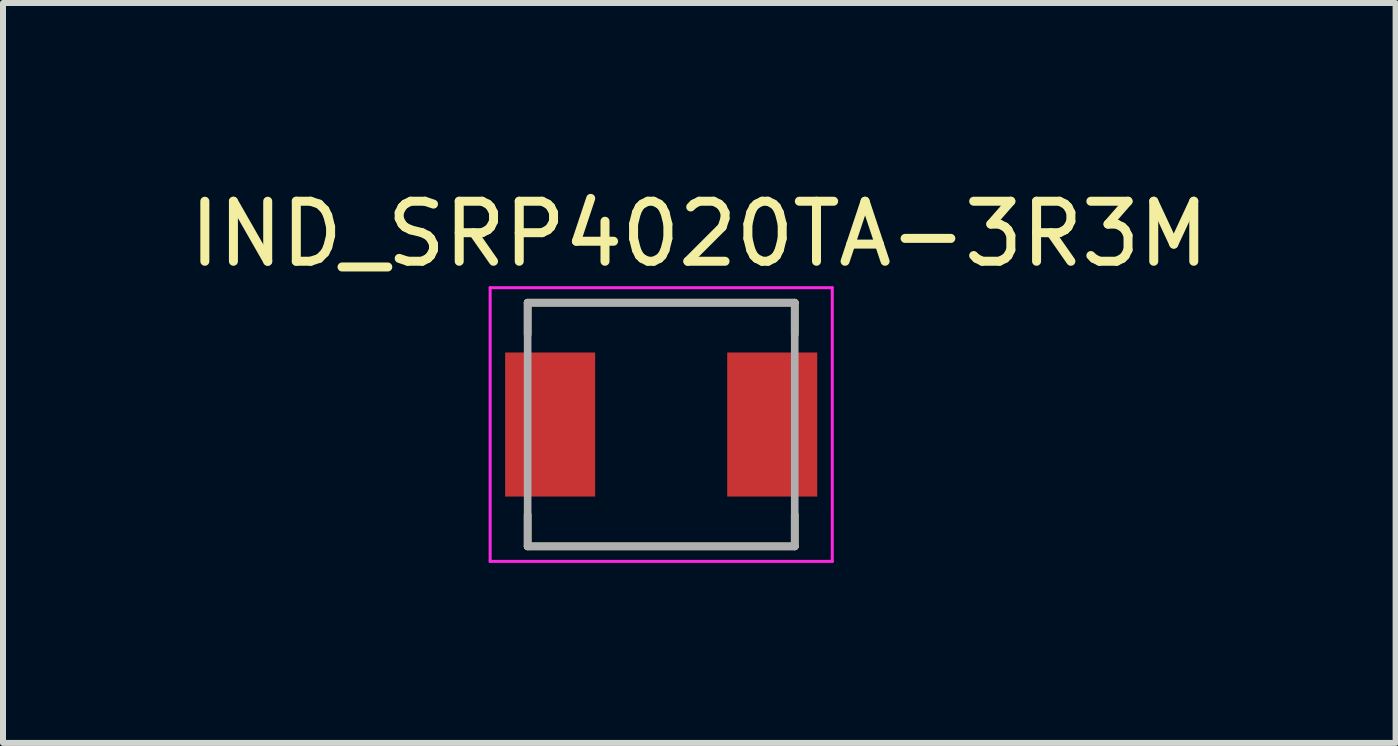
<source format=kicad_pcb>
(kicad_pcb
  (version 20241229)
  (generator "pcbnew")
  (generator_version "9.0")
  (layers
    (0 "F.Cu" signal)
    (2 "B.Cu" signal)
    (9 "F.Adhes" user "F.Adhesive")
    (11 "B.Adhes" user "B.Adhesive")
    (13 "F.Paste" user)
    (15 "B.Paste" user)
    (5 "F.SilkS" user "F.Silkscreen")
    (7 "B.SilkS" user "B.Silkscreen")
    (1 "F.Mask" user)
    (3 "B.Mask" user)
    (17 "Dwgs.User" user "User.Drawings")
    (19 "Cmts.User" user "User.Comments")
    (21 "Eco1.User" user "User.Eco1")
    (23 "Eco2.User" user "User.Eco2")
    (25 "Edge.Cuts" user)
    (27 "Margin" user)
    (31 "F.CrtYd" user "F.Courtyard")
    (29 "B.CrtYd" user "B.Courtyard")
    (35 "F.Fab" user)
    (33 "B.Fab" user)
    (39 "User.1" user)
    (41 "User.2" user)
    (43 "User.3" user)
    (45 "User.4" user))
  (footprint "IND_SRP4020TA-3R3M"
    (layer "F.Cu")
    (at 7.966 4.023)
    (property "Reference" "IND_SRP4020TA-3R3M" (at 0.635 -3.175 0) (layer "F.SilkS") (effects (font (size 1 1) (thickness 0.15))))
    (attr smd)
    (fp_line (start -2.225 -2.03) (end 2.225 -2.03) (stroke (width 0.127) (type solid)) (layer "F.SilkS"))
    (fp_line (start -2.225 -1.5) (end -2.225 -2.03) (stroke (width 0.127) (type solid)) (layer "F.SilkS"))
    (fp_line (start -2.225 2.03) (end -2.225 1.5) (stroke (width 0.127) (type solid)) (layer "F.SilkS"))
    (fp_line (start -2.225 2.03) (end 2.225 2.03) (stroke (width 0.127) (type solid)) (layer "F.SilkS"))
    (fp_line (start 2.225 -2.03) (end 2.225 -1.5) (stroke (width 0.127) (type solid)) (layer "F.SilkS"))
    (fp_line (start 2.225 2.03) (end 2.225 1.5) (stroke (width 0.127) (type solid)) (layer "F.SilkS"))
    (fp_line (start -2.85 -2.28) (end 2.85 -2.28) (stroke (width 0.05) (type solid)) (layer "F.CrtYd"))
    (fp_line (start -2.85 2.28) (end -2.85 -2.28) (stroke (width 0.05) (type solid)) (layer "F.CrtYd"))
    (fp_line (start 2.85 -2.28) (end 2.85 2.28) (stroke (width 0.05) (type solid)) (layer "F.CrtYd"))
    (fp_line (start 2.85 2.28) (end -2.85 2.28) (stroke (width 0.05) (type solid)) (layer "F.CrtYd"))
    (fp_line (start -2.225 -2.03) (end 2.225 -2.03) (stroke (width 0.127) (type solid)) (layer "F.Fab"))
    (fp_line (start -2.225 2.03) (end -2.225 -2.03) (stroke (width 0.127) (type solid)) (layer "F.Fab"))
    (fp_line (start 2.225 -2.03) (end 2.225 2.03) (stroke (width 0.127) (type solid)) (layer "F.Fab"))
    (fp_line (start 2.225 2.03) (end -2.225 2.03) (stroke (width 0.127) (type solid)) (layer "F.Fab"))
    (pad "1" smd rect (at -1.85 0) (size 1.5 2.4) (layers "F.Cu" "F.Mask" "F.Paste"))
    (pad "2" smd rect (at 1.85 0) (size 1.5 2.4) (layers "F.Cu" "F.Mask" "F.Paste")))
  (gr_rect
    (start -3 -3)
    (end 20.202 9.328)
    (stroke (width 0.1) (type default))
    (fill no)
    (layer "Edge.Cuts")))
</source>
